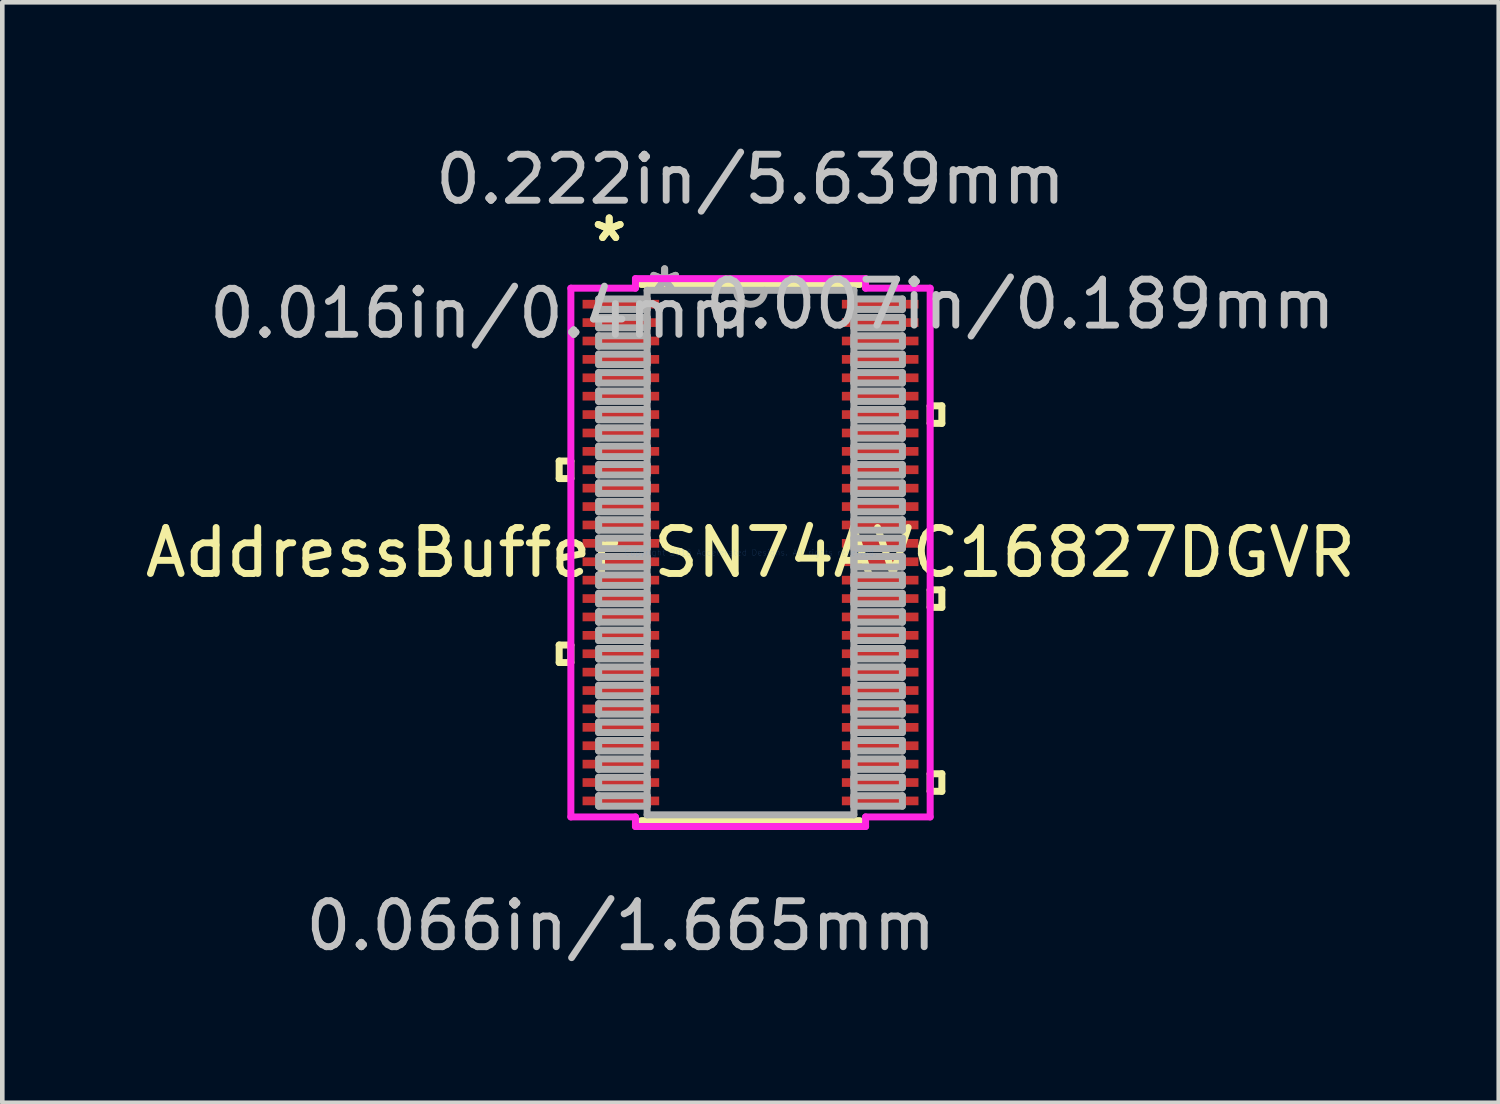
<source format=kicad_pcb>
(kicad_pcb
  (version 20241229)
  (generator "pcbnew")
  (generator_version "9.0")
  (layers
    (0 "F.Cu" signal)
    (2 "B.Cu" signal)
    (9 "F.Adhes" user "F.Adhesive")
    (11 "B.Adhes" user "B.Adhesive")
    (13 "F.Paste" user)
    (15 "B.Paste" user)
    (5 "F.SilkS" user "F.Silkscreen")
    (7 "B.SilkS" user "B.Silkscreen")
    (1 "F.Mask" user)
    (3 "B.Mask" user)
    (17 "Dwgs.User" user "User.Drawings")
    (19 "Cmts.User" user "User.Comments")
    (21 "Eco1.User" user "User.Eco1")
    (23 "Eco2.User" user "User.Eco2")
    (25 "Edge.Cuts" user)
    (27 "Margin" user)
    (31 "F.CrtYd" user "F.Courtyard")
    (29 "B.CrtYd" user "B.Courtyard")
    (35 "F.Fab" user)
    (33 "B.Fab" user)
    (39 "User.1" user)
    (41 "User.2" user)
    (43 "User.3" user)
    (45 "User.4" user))
  (footprint "AddressBuffer SN74AVC16827DGVR"
    (layer "F.Cu")
    (at 13.268 8.964)
    (property "Reference" "AddressBuffer SN74AVC16827DGVR" (at 0 0 0) (layer "F.SilkS") (effects (font (size 1 1) (thickness 0.15))))
    (attr through_hole)
    (fp_line (start -4.16 -1.99) (end -4.16 -1.609) (stroke (width 0.152) (type solid)) (layer "F.SilkS"))
    (fp_line (start -4.16 -1.609) (end -3.906 -1.609) (stroke (width 0.152) (type solid)) (layer "F.SilkS"))
    (fp_line (start -4.16 2.01) (end -4.16 2.391) (stroke (width 0.152) (type solid)) (layer "F.SilkS"))
    (fp_line (start -4.16 2.391) (end -3.906 2.391) (stroke (width 0.152) (type solid)) (layer "F.SilkS"))
    (fp_line (start -3.906 -1.99) (end -4.16 -1.99) (stroke (width 0.152) (type solid)) (layer "F.SilkS"))
    (fp_line (start -3.906 -1.609) (end -3.906 -1.99) (stroke (width 0.152) (type solid)) (layer "F.SilkS"))
    (fp_line (start -3.906 2.01) (end -4.16 2.01) (stroke (width 0.152) (type solid)) (layer "F.SilkS"))
    (fp_line (start -3.906 2.391) (end -3.906 2.01) (stroke (width 0.152) (type solid)) (layer "F.SilkS"))
    (fp_line (start -2.375 5.829) (end 2.375 5.829) (stroke (width 0.152) (type solid)) (layer "F.SilkS"))
    (fp_line (start 2.375 -5.829) (end -2.375 -5.829) (stroke (width 0.152) (type solid)) (layer "F.SilkS"))
    (fp_line (start 3.906 -3.19) (end 4.16 -3.19) (stroke (width 0.152) (type solid)) (layer "F.SilkS"))
    (fp_line (start 3.906 -2.809) (end 3.906 -3.19) (stroke (width 0.152) (type solid)) (layer "F.SilkS"))
    (fp_line (start 3.906 0.81) (end 4.16 0.81) (stroke (width 0.152) (type solid)) (layer "F.SilkS"))
    (fp_line (start 3.906 1.191) (end 3.906 0.81) (stroke (width 0.152) (type solid)) (layer "F.SilkS"))
    (fp_line (start 3.906 4.809) (end 4.16 4.809) (stroke (width 0.152) (type solid)) (layer "F.SilkS"))
    (fp_line (start 3.906 5.191) (end 3.906 4.809) (stroke (width 0.152) (type solid)) (layer "F.SilkS"))
    (fp_line (start 4.16 -3.19) (end 4.16 -2.809) (stroke (width 0.152) (type solid)) (layer "F.SilkS"))
    (fp_line (start 4.16 -2.809) (end 3.906 -2.809) (stroke (width 0.152) (type solid)) (layer "F.SilkS"))
    (fp_line (start 4.16 0.81) (end 4.16 1.191) (stroke (width 0.152) (type solid)) (layer "F.SilkS"))
    (fp_line (start 4.16 1.191) (end 3.906 1.191) (stroke (width 0.152) (type solid)) (layer "F.SilkS"))
    (fp_line (start 4.16 4.809) (end 4.16 5.191) (stroke (width 0.152) (type solid)) (layer "F.SilkS"))
    (fp_line (start 4.16 5.191) (end 3.906 5.191) (stroke (width 0.152) (type solid)) (layer "F.SilkS"))
    (fp_line (start -3.906 -5.748) (end -2.502 -5.748) (stroke (width 0.152) (type solid)) (layer "F.CrtYd"))
    (fp_line (start -3.906 5.748) (end -3.906 -5.748) (stroke (width 0.152) (type solid)) (layer "F.CrtYd"))
    (fp_line (start -2.502 -5.956) (end 2.502 -5.956) (stroke (width 0.152) (type solid)) (layer "F.CrtYd"))
    (fp_line (start -2.502 -5.748) (end -2.502 -5.956) (stroke (width 0.152) (type solid)) (layer "F.CrtYd"))
    (fp_line (start -2.502 5.748) (end -3.906 5.748) (stroke (width 0.152) (type solid)) (layer "F.CrtYd"))
    (fp_line (start -2.502 5.956) (end -2.502 5.748) (stroke (width 0.152) (type solid)) (layer "F.CrtYd"))
    (fp_line (start 2.502 -5.956) (end 2.502 -5.748) (stroke (width 0.152) (type solid)) (layer "F.CrtYd"))
    (fp_line (start 2.502 -5.748) (end 3.906 -5.748) (stroke (width 0.152) (type solid)) (layer "F.CrtYd"))
    (fp_line (start 2.502 5.748) (end 2.502 5.956) (stroke (width 0.152) (type solid)) (layer "F.CrtYd"))
    (fp_line (start 2.502 5.956) (end -2.502 5.956) (stroke (width 0.152) (type solid)) (layer "F.CrtYd"))
    (fp_line (start 3.906 -5.748) (end 3.906 5.748) (stroke (width 0.152) (type solid)) (layer "F.CrtYd"))
    (fp_line (start 3.906 5.748) (end 2.502 5.748) (stroke (width 0.152) (type solid)) (layer "F.CrtYd"))
    (fp_line (start -3.302 -5.514) (end -3.302 -5.286) (stroke (width 0.152) (type solid)) (layer "F.Fab"))
    (fp_line (start -3.302 -5.286) (end -2.248 -5.286) (stroke (width 0.152) (type solid)) (layer "F.Fab"))
    (fp_line (start -3.302 -5.114) (end -3.302 -4.886) (stroke (width 0.152) (type solid)) (layer "F.Fab"))
    (fp_line (start -3.302 -4.886) (end -2.248 -4.886) (stroke (width 0.152) (type solid)) (layer "F.Fab"))
    (fp_line (start -3.302 -4.714) (end -3.302 -4.486) (stroke (width 0.152) (type solid)) (layer "F.Fab"))
    (fp_line (start -3.302 -4.486) (end -2.248 -4.486) (stroke (width 0.152) (type solid)) (layer "F.Fab"))
    (fp_line (start -3.302 -4.314) (end -3.302 -4.086) (stroke (width 0.152) (type solid)) (layer "F.Fab"))
    (fp_line (start -3.302 -4.086) (end -2.248 -4.086) (stroke (width 0.152) (type solid)) (layer "F.Fab"))
    (fp_line (start -3.302 -3.914) (end -3.302 -3.686) (stroke (width 0.152) (type solid)) (layer "F.Fab"))
    (fp_line (start -3.302 -3.686) (end -2.248 -3.686) (stroke (width 0.152) (type solid)) (layer "F.Fab"))
    (fp_line (start -3.302 -3.514) (end -3.302 -3.286) (stroke (width 0.152) (type solid)) (layer "F.Fab"))
    (fp_line (start -3.302 -3.286) (end -2.248 -3.286) (stroke (width 0.152) (type solid)) (layer "F.Fab"))
    (fp_line (start -3.302 -3.114) (end -3.302 -2.886) (stroke (width 0.152) (type solid)) (layer "F.Fab"))
    (fp_line (start -3.302 -2.886) (end -2.248 -2.886) (stroke (width 0.152) (type solid)) (layer "F.Fab"))
    (fp_line (start -3.302 -2.714) (end -3.302 -2.486) (stroke (width 0.152) (type solid)) (layer "F.Fab"))
    (fp_line (start -3.302 -2.486) (end -2.248 -2.486) (stroke (width 0.152) (type solid)) (layer "F.Fab"))
    (fp_line (start -3.302 -2.314) (end -3.302 -2.086) (stroke (width 0.152) (type solid)) (layer "F.Fab"))
    (fp_line (start -3.302 -2.086) (end -2.248 -2.086) (stroke (width 0.152) (type solid)) (layer "F.Fab"))
    (fp_line (start -3.302 -1.914) (end -3.302 -1.686) (stroke (width 0.152) (type solid)) (layer "F.Fab"))
    (fp_line (start -3.302 -1.686) (end -2.248 -1.686) (stroke (width 0.152) (type solid)) (layer "F.Fab"))
    (fp_line (start -3.302 -1.514) (end -3.302 -1.286) (stroke (width 0.152) (type solid)) (layer "F.Fab"))
    (fp_line (start -3.302 -1.286) (end -2.248 -1.286) (stroke (width 0.152) (type solid)) (layer "F.Fab"))
    (fp_line (start -3.302 -1.114) (end -3.302 -0.886) (stroke (width 0.152) (type solid)) (layer "F.Fab"))
    (fp_line (start -3.302 -0.886) (end -2.248 -0.886) (stroke (width 0.152) (type solid)) (layer "F.Fab"))
    (fp_line (start -3.302 -0.714) (end -3.302 -0.486) (stroke (width 0.152) (type solid)) (layer "F.Fab"))
    (fp_line (start -3.302 -0.486) (end -2.248 -0.486) (stroke (width 0.152) (type solid)) (layer "F.Fab"))
    (fp_line (start -3.302 -0.314) (end -3.302 -0.086) (stroke (width 0.152) (type solid)) (layer "F.Fab"))
    (fp_line (start -3.302 -0.086) (end -2.248 -0.086) (stroke (width 0.152) (type solid)) (layer "F.Fab"))
    (fp_line (start -3.302 0.086) (end -3.302 0.314) (stroke (width 0.152) (type solid)) (layer "F.Fab"))
    (fp_line (start -3.302 0.314) (end -2.248 0.314) (stroke (width 0.152) (type solid)) (layer "F.Fab"))
    (fp_line (start -3.302 0.486) (end -3.302 0.714) (stroke (width 0.152) (type solid)) (layer "F.Fab"))
    (fp_line (start -3.302 0.714) (end -2.248 0.714) (stroke (width 0.152) (type solid)) (layer "F.Fab"))
    (fp_line (start -3.302 0.886) (end -3.302 1.114) (stroke (width 0.152) (type solid)) (layer "F.Fab"))
    (fp_line (start -3.302 1.114) (end -2.248 1.114) (stroke (width 0.152) (type solid)) (layer "F.Fab"))
    (fp_line (start -3.302 1.286) (end -3.302 1.514) (stroke (width 0.152) (type solid)) (layer "F.Fab"))
    (fp_line (start -3.302 1.514) (end -2.248 1.514) (stroke (width 0.152) (type solid)) (layer "F.Fab"))
    (fp_line (start -3.302 1.686) (end -3.302 1.914) (stroke (width 0.152) (type solid)) (layer "F.Fab"))
    (fp_line (start -3.302 1.914) (end -2.248 1.914) (stroke (width 0.152) (type solid)) (layer "F.Fab"))
    (fp_line (start -3.302 2.086) (end -3.302 2.314) (stroke (width 0.152) (type solid)) (layer "F.Fab"))
    (fp_line (start -3.302 2.314) (end -2.248 2.314) (stroke (width 0.152) (type solid)) (layer "F.Fab"))
    (fp_line (start -3.302 2.486) (end -3.302 2.714) (stroke (width 0.152) (type solid)) (layer "F.Fab"))
    (fp_line (start -3.302 2.714) (end -2.248 2.714) (stroke (width 0.152) (type solid)) (layer "F.Fab"))
    (fp_line (start -3.302 2.886) (end -3.302 3.114) (stroke (width 0.152) (type solid)) (layer "F.Fab"))
    (fp_line (start -3.302 3.114) (end -2.248 3.114) (stroke (width 0.152) (type solid)) (layer "F.Fab"))
    (fp_line (start -3.302 3.286) (end -3.302 3.514) (stroke (width 0.152) (type solid)) (layer "F.Fab"))
    (fp_line (start -3.302 3.514) (end -2.248 3.514) (stroke (width 0.152) (type solid)) (layer "F.Fab"))
    (fp_line (start -3.302 3.686) (end -3.302 3.914) (stroke (width 0.152) (type solid)) (layer "F.Fab"))
    (fp_line (start -3.302 3.914) (end -2.248 3.914) (stroke (width 0.152) (type solid)) (layer "F.Fab"))
    (fp_line (start -3.302 4.086) (end -3.302 4.314) (stroke (width 0.152) (type solid)) (layer "F.Fab"))
    (fp_line (start -3.302 4.314) (end -2.248 4.314) (stroke (width 0.152) (type solid)) (layer "F.Fab"))
    (fp_line (start -3.302 4.486) (end -3.302 4.714) (stroke (width 0.152) (type solid)) (layer "F.Fab"))
    (fp_line (start -3.302 4.714) (end -2.248 4.714) (stroke (width 0.152) (type solid)) (layer "F.Fab"))
    (fp_line (start -3.302 4.886) (end -3.302 5.114) (stroke (width 0.152) (type solid)) (layer "F.Fab"))
    (fp_line (start -3.302 5.114) (end -2.248 5.114) (stroke (width 0.152) (type solid)) (layer "F.Fab"))
    (fp_line (start -3.302 5.286) (end -3.302 5.514) (stroke (width 0.152) (type solid)) (layer "F.Fab"))
    (fp_line (start -3.302 5.514) (end -2.248 5.514) (stroke (width 0.152) (type solid)) (layer "F.Fab"))
    (fp_line (start -2.248 -5.702) (end -2.248 5.702) (stroke (width 0.152) (type solid)) (layer "F.Fab"))
    (fp_line (start -2.248 -5.514) (end -3.302 -5.514) (stroke (width 0.152) (type solid)) (layer "F.Fab"))
    (fp_line (start -2.248 -5.286) (end -2.248 -5.514) (stroke (width 0.152) (type solid)) (layer "F.Fab"))
    (fp_line (start -2.248 -5.114) (end -3.302 -5.114) (stroke (width 0.152) (type solid)) (layer "F.Fab"))
    (fp_line (start -2.248 -4.886) (end -2.248 -5.114) (stroke (width 0.152) (type solid)) (layer "F.Fab"))
    (fp_line (start -2.248 -4.714) (end -3.302 -4.714) (stroke (width 0.152) (type solid)) (layer "F.Fab"))
    (fp_line (start -2.248 -4.486) (end -2.248 -4.714) (stroke (width 0.152) (type solid)) (layer "F.Fab"))
    (fp_line (start -2.248 -4.314) (end -3.302 -4.314) (stroke (width 0.152) (type solid)) (layer "F.Fab"))
    (fp_line (start -2.248 -4.086) (end -2.248 -4.314) (stroke (width 0.152) (type solid)) (layer "F.Fab"))
    (fp_line (start -2.248 -3.914) (end -3.302 -3.914) (stroke (width 0.152) (type solid)) (layer "F.Fab"))
    (fp_line (start -2.248 -3.686) (end -2.248 -3.914) (stroke (width 0.152) (type solid)) (layer "F.Fab"))
    (fp_line (start -2.248 -3.514) (end -3.302 -3.514) (stroke (width 0.152) (type solid)) (layer "F.Fab"))
    (fp_line (start -2.248 -3.286) (end -2.248 -3.514) (stroke (width 0.152) (type solid)) (layer "F.Fab"))
    (fp_line (start -2.248 -3.114) (end -3.302 -3.114) (stroke (width 0.152) (type solid)) (layer "F.Fab"))
    (fp_line (start -2.248 -2.886) (end -2.248 -3.114) (stroke (width 0.152) (type solid)) (layer "F.Fab"))
    (fp_line (start -2.248 -2.714) (end -3.302 -2.714) (stroke (width 0.152) (type solid)) (layer "F.Fab"))
    (fp_line (start -2.248 -2.486) (end -2.248 -2.714) (stroke (width 0.152) (type solid)) (layer "F.Fab"))
    (fp_line (start -2.248 -2.314) (end -3.302 -2.314) (stroke (width 0.152) (type solid)) (layer "F.Fab"))
    (fp_line (start -2.248 -2.086) (end -2.248 -2.314) (stroke (width 0.152) (type solid)) (layer "F.Fab"))
    (fp_line (start -2.248 -1.914) (end -3.302 -1.914) (stroke (width 0.152) (type solid)) (layer "F.Fab"))
    (fp_line (start -2.248 -1.686) (end -2.248 -1.914) (stroke (width 0.152) (type solid)) (layer "F.Fab"))
    (fp_line (start -2.248 -1.514) (end -3.302 -1.514) (stroke (width 0.152) (type solid)) (layer "F.Fab"))
    (fp_line (start -2.248 -1.286) (end -2.248 -1.514) (stroke (width 0.152) (type solid)) (layer "F.Fab"))
    (fp_line (start -2.248 -1.114) (end -3.302 -1.114) (stroke (width 0.152) (type solid)) (layer "F.Fab"))
    (fp_line (start -2.248 -0.886) (end -2.248 -1.114) (stroke (width 0.152) (type solid)) (layer "F.Fab"))
    (fp_line (start -2.248 -0.714) (end -3.302 -0.714) (stroke (width 0.152) (type solid)) (layer "F.Fab"))
    (fp_line (start -2.248 -0.486) (end -2.248 -0.714) (stroke (width 0.152) (type solid)) (layer "F.Fab"))
    (fp_line (start -2.248 -0.314) (end -3.302 -0.314) (stroke (width 0.152) (type solid)) (layer "F.Fab"))
    (fp_line (start -2.248 -0.086) (end -2.248 -0.314) (stroke (width 0.152) (type solid)) (layer "F.Fab"))
    (fp_line (start -2.248 0.086) (end -3.302 0.086) (stroke (width 0.152) (type solid)) (layer "F.Fab"))
    (fp_line (start -2.248 0.314) (end -2.248 0.086) (stroke (width 0.152) (type solid)) (layer "F.Fab"))
    (fp_line (start -2.248 0.486) (end -3.302 0.486) (stroke (width 0.152) (type solid)) (layer "F.Fab"))
    (fp_line (start -2.248 0.714) (end -2.248 0.486) (stroke (width 0.152) (type solid)) (layer "F.Fab"))
    (fp_line (start -2.248 0.886) (end -3.302 0.886) (stroke (width 0.152) (type solid)) (layer "F.Fab"))
    (fp_line (start -2.248 1.114) (end -2.248 0.886) (stroke (width 0.152) (type solid)) (layer "F.Fab"))
    (fp_line (start -2.248 1.286) (end -3.302 1.286) (stroke (width 0.152) (type solid)) (layer "F.Fab"))
    (fp_line (start -2.248 1.514) (end -2.248 1.286) (stroke (width 0.152) (type solid)) (layer "F.Fab"))
    (fp_line (start -2.248 1.686) (end -3.302 1.686) (stroke (width 0.152) (type solid)) (layer "F.Fab"))
    (fp_line (start -2.248 1.914) (end -2.248 1.686) (stroke (width 0.152) (type solid)) (layer "F.Fab"))
    (fp_line (start -2.248 2.086) (end -3.302 2.086) (stroke (width 0.152) (type solid)) (layer "F.Fab"))
    (fp_line (start -2.248 2.314) (end -2.248 2.086) (stroke (width 0.152) (type solid)) (layer "F.Fab"))
    (fp_line (start -2.248 2.486) (end -3.302 2.486) (stroke (width 0.152) (type solid)) (layer "F.Fab"))
    (fp_line (start -2.248 2.714) (end -2.248 2.486) (stroke (width 0.152) (type solid)) (layer "F.Fab"))
    (fp_line (start -2.248 2.886) (end -3.302 2.886) (stroke (width 0.152) (type solid)) (layer "F.Fab"))
    (fp_line (start -2.248 3.114) (end -2.248 2.886) (stroke (width 0.152) (type solid)) (layer "F.Fab"))
    (fp_line (start -2.248 3.286) (end -3.302 3.286) (stroke (width 0.152) (type solid)) (layer "F.Fab"))
    (fp_line (start -2.248 3.514) (end -2.248 3.286) (stroke (width 0.152) (type solid)) (layer "F.Fab"))
    (fp_line (start -2.248 3.686) (end -3.302 3.686) (stroke (width 0.152) (type solid)) (layer "F.Fab"))
    (fp_line (start -2.248 3.914) (end -2.248 3.686) (stroke (width 0.152) (type solid)) (layer "F.Fab"))
    (fp_line (start -2.248 4.086) (end -3.302 4.086) (stroke (width 0.152) (type solid)) (layer "F.Fab"))
    (fp_line (start -2.248 4.314) (end -2.248 4.086) (stroke (width 0.152) (type solid)) (layer "F.Fab"))
    (fp_line (start -2.248 4.486) (end -3.302 4.486) (stroke (width 0.152) (type solid)) (layer "F.Fab"))
    (fp_line (start -2.248 4.714) (end -2.248 4.486) (stroke (width 0.152) (type solid)) (layer "F.Fab"))
    (fp_line (start -2.248 4.886) (end -3.302 4.886) (stroke (width 0.152) (type solid)) (layer "F.Fab"))
    (fp_line (start -2.248 5.114) (end -2.248 4.886) (stroke (width 0.152) (type solid)) (layer "F.Fab"))
    (fp_line (start -2.248 5.286) (end -3.302 5.286) (stroke (width 0.152) (type solid)) (layer "F.Fab"))
    (fp_line (start -2.248 5.514) (end -2.248 5.286) (stroke (width 0.152) (type solid)) (layer "F.Fab"))
    (fp_line (start -2.248 5.702) (end 2.248 5.702) (stroke (width 0.152) (type solid)) (layer "F.Fab"))
    (fp_line (start 2.248 -5.702) (end -2.248 -5.702) (stroke (width 0.152) (type solid)) (layer "F.Fab"))
    (fp_line (start 2.248 -5.514) (end 2.248 -5.286) (stroke (width 0.152) (type solid)) (layer "F.Fab"))
    (fp_line (start 2.248 -5.286) (end 3.302 -5.286) (stroke (width 0.152) (type solid)) (layer "F.Fab"))
    (fp_line (start 2.248 -5.114) (end 2.248 -4.886) (stroke (width 0.152) (type solid)) (layer "F.Fab"))
    (fp_line (start 2.248 -4.886) (end 3.302 -4.886) (stroke (width 0.152) (type solid)) (layer "F.Fab"))
    (fp_line (start 2.248 -4.714) (end 2.248 -4.486) (stroke (width 0.152) (type solid)) (layer "F.Fab"))
    (fp_line (start 2.248 -4.486) (end 3.302 -4.486) (stroke (width 0.152) (type solid)) (layer "F.Fab"))
    (fp_line (start 2.248 -4.314) (end 2.248 -4.086) (stroke (width 0.152) (type solid)) (layer "F.Fab"))
    (fp_line (start 2.248 -4.086) (end 3.302 -4.086) (stroke (width 0.152) (type solid)) (layer "F.Fab"))
    (fp_line (start 2.248 -3.914) (end 2.248 -3.686) (stroke (width 0.152) (type solid)) (layer "F.Fab"))
    (fp_line (start 2.248 -3.686) (end 3.302 -3.686) (stroke (width 0.152) (type solid)) (layer "F.Fab"))
    (fp_line (start 2.248 -3.514) (end 2.248 -3.286) (stroke (width 0.152) (type solid)) (layer "F.Fab"))
    (fp_line (start 2.248 -3.286) (end 3.302 -3.286) (stroke (width 0.152) (type solid)) (layer "F.Fab"))
    (fp_line (start 2.248 -3.114) (end 2.248 -2.886) (stroke (width 0.152) (type solid)) (layer "F.Fab"))
    (fp_line (start 2.248 -2.886) (end 3.302 -2.886) (stroke (width 0.152) (type solid)) (layer "F.Fab"))
    (fp_line (start 2.248 -2.714) (end 2.248 -2.486) (stroke (width 0.152) (type solid)) (layer "F.Fab"))
    (fp_line (start 2.248 -2.486) (end 3.302 -2.486) (stroke (width 0.152) (type solid)) (layer "F.Fab"))
    (fp_line (start 2.248 -2.314) (end 2.248 -2.086) (stroke (width 0.152) (type solid)) (layer "F.Fab"))
    (fp_line (start 2.248 -2.086) (end 3.302 -2.086) (stroke (width 0.152) (type solid)) (layer "F.Fab"))
    (fp_line (start 2.248 -1.914) (end 2.248 -1.686) (stroke (width 0.152) (type solid)) (layer "F.Fab"))
    (fp_line (start 2.248 -1.686) (end 3.302 -1.686) (stroke (width 0.152) (type solid)) (layer "F.Fab"))
    (fp_line (start 2.248 -1.514) (end 2.248 -1.286) (stroke (width 0.152) (type solid)) (layer "F.Fab"))
    (fp_line (start 2.248 -1.286) (end 3.302 -1.286) (stroke (width 0.152) (type solid)) (layer "F.Fab"))
    (fp_line (start 2.248 -1.114) (end 2.248 -0.886) (stroke (width 0.152) (type solid)) (layer "F.Fab"))
    (fp_line (start 2.248 -0.886) (end 3.302 -0.886) (stroke (width 0.152) (type solid)) (layer "F.Fab"))
    (fp_line (start 2.248 -0.714) (end 2.248 -0.486) (stroke (width 0.152) (type solid)) (layer "F.Fab"))
    (fp_line (start 2.248 -0.486) (end 3.302 -0.486) (stroke (width 0.152) (type solid)) (layer "F.Fab"))
    (fp_line (start 2.248 -0.314) (end 2.248 -0.086) (stroke (width 0.152) (type solid)) (layer "F.Fab"))
    (fp_line (start 2.248 -0.086) (end 3.302 -0.086) (stroke (width 0.152) (type solid)) (layer "F.Fab"))
    (fp_line (start 2.248 0.086) (end 2.248 0.314) (stroke (width 0.152) (type solid)) (layer "F.Fab"))
    (fp_line (start 2.248 0.314) (end 3.302 0.314) (stroke (width 0.152) (type solid)) (layer "F.Fab"))
    (fp_line (start 2.248 0.486) (end 2.248 0.714) (stroke (width 0.152) (type solid)) (layer "F.Fab"))
    (fp_line (start 2.248 0.714) (end 3.302 0.714) (stroke (width 0.152) (type solid)) (layer "F.Fab"))
    (fp_line (start 2.248 0.886) (end 2.248 1.114) (stroke (width 0.152) (type solid)) (layer "F.Fab"))
    (fp_line (start 2.248 1.114) (end 3.302 1.114) (stroke (width 0.152) (type solid)) (layer "F.Fab"))
    (fp_line (start 2.248 1.286) (end 2.248 1.514) (stroke (width 0.152) (type solid)) (layer "F.Fab"))
    (fp_line (start 2.248 1.514) (end 3.302 1.514) (stroke (width 0.152) (type solid)) (layer "F.Fab"))
    (fp_line (start 2.248 1.686) (end 2.248 1.914) (stroke (width 0.152) (type solid)) (layer "F.Fab"))
    (fp_line (start 2.248 1.914) (end 3.302 1.914) (stroke (width 0.152) (type solid)) (layer "F.Fab"))
    (fp_line (start 2.248 2.086) (end 2.248 2.314) (stroke (width 0.152) (type solid)) (layer "F.Fab"))
    (fp_line (start 2.248 2.314) (end 3.302 2.314) (stroke (width 0.152) (type solid)) (layer "F.Fab"))
    (fp_line (start 2.248 2.486) (end 2.248 2.714) (stroke (width 0.152) (type solid)) (layer "F.Fab"))
    (fp_line (start 2.248 2.714) (end 3.302 2.714) (stroke (width 0.152) (type solid)) (layer "F.Fab"))
    (fp_line (start 2.248 2.886) (end 2.248 3.114) (stroke (width 0.152) (type solid)) (layer "F.Fab"))
    (fp_line (start 2.248 3.114) (end 3.302 3.114) (stroke (width 0.152) (type solid)) (layer "F.Fab"))
    (fp_line (start 2.248 3.286) (end 2.248 3.514) (stroke (width 0.152) (type solid)) (layer "F.Fab"))
    (fp_line (start 2.248 3.514) (end 3.302 3.514) (stroke (width 0.152) (type solid)) (layer "F.Fab"))
    (fp_line (start 2.248 3.686) (end 2.248 3.914) (stroke (width 0.152) (type solid)) (layer "F.Fab"))
    (fp_line (start 2.248 3.914) (end 3.302 3.914) (stroke (width 0.152) (type solid)) (layer "F.Fab"))
    (fp_line (start 2.248 4.086) (end 2.248 4.314) (stroke (width 0.152) (type solid)) (layer "F.Fab"))
    (fp_line (start 2.248 4.314) (end 3.302 4.314) (stroke (width 0.152) (type solid)) (layer "F.Fab"))
    (fp_line (start 2.248 4.486) (end 2.248 4.714) (stroke (width 0.152) (type solid)) (layer "F.Fab"))
    (fp_line (start 2.248 4.714) (end 3.302 4.714) (stroke (width 0.152) (type solid)) (layer "F.Fab"))
    (fp_line (start 2.248 4.886) (end 2.248 5.114) (stroke (width 0.152) (type solid)) (layer "F.Fab"))
    (fp_line (start 2.248 5.114) (end 3.302 5.114) (stroke (width 0.152) (type solid)) (layer "F.Fab"))
    (fp_line (start 2.248 5.286) (end 2.248 5.514) (stroke (width 0.152) (type solid)) (layer "F.Fab"))
    (fp_line (start 2.248 5.514) (end 3.302 5.514) (stroke (width 0.152) (type solid)) (layer "F.Fab"))
    (fp_line (start 2.248 5.702) (end 2.248 -5.702) (stroke (width 0.152) (type solid)) (layer "F.Fab"))
    (fp_line (start 3.302 -5.514) (end 2.248 -5.514) (stroke (width 0.152) (type solid)) (layer "F.Fab"))
    (fp_line (start 3.302 -5.286) (end 3.302 -5.514) (stroke (width 0.152) (type solid)) (layer "F.Fab"))
    (fp_line (start 3.302 -5.114) (end 2.248 -5.114) (stroke (width 0.152) (type solid)) (layer "F.Fab"))
    (fp_line (start 3.302 -4.886) (end 3.302 -5.114) (stroke (width 0.152) (type solid)) (layer "F.Fab"))
    (fp_line (start 3.302 -4.714) (end 2.248 -4.714) (stroke (width 0.152) (type solid)) (layer "F.Fab"))
    (fp_line (start 3.302 -4.486) (end 3.302 -4.714) (stroke (width 0.152) (type solid)) (layer "F.Fab"))
    (fp_line (start 3.302 -4.314) (end 2.248 -4.314) (stroke (width 0.152) (type solid)) (layer "F.Fab"))
    (fp_line (start 3.302 -4.086) (end 3.302 -4.314) (stroke (width 0.152) (type solid)) (layer "F.Fab"))
    (fp_line (start 3.302 -3.914) (end 2.248 -3.914) (stroke (width 0.152) (type solid)) (layer "F.Fab"))
    (fp_line (start 3.302 -3.686) (end 3.302 -3.914) (stroke (width 0.152) (type solid)) (layer "F.Fab"))
    (fp_line (start 3.302 -3.514) (end 2.248 -3.514) (stroke (width 0.152) (type solid)) (layer "F.Fab"))
    (fp_line (start 3.302 -3.286) (end 3.302 -3.514) (stroke (width 0.152) (type solid)) (layer "F.Fab"))
    (fp_line (start 3.302 -3.114) (end 2.248 -3.114) (stroke (width 0.152) (type solid)) (layer "F.Fab"))
    (fp_line (start 3.302 -2.886) (end 3.302 -3.114) (stroke (width 0.152) (type solid)) (layer "F.Fab"))
    (fp_line (start 3.302 -2.714) (end 2.248 -2.714) (stroke (width 0.152) (type solid)) (layer "F.Fab"))
    (fp_line (start 3.302 -2.486) (end 3.302 -2.714) (stroke (width 0.152) (type solid)) (layer "F.Fab"))
    (fp_line (start 3.302 -2.314) (end 2.248 -2.314) (stroke (width 0.152) (type solid)) (layer "F.Fab"))
    (fp_line (start 3.302 -2.086) (end 3.302 -2.314) (stroke (width 0.152) (type solid)) (layer "F.Fab"))
    (fp_line (start 3.302 -1.914) (end 2.248 -1.914) (stroke (width 0.152) (type solid)) (layer "F.Fab"))
    (fp_line (start 3.302 -1.686) (end 3.302 -1.914) (stroke (width 0.152) (type solid)) (layer "F.Fab"))
    (fp_line (start 3.302 -1.514) (end 2.248 -1.514) (stroke (width 0.152) (type solid)) (layer "F.Fab"))
    (fp_line (start 3.302 -1.286) (end 3.302 -1.514) (stroke (width 0.152) (type solid)) (layer "F.Fab"))
    (fp_line (start 3.302 -1.114) (end 2.248 -1.114) (stroke (width 0.152) (type solid)) (layer "F.Fab"))
    (fp_line (start 3.302 -0.886) (end 3.302 -1.114) (stroke (width 0.152) (type solid)) (layer "F.Fab"))
    (fp_line (start 3.302 -0.714) (end 2.248 -0.714) (stroke (width 0.152) (type solid)) (layer "F.Fab"))
    (fp_line (start 3.302 -0.486) (end 3.302 -0.714) (stroke (width 0.152) (type solid)) (layer "F.Fab"))
    (fp_line (start 3.302 -0.314) (end 2.248 -0.314) (stroke (width 0.152) (type solid)) (layer "F.Fab"))
    (fp_line (start 3.302 -0.086) (end 3.302 -0.314) (stroke (width 0.152) (type solid)) (layer "F.Fab"))
    (fp_line (start 3.302 0.086) (end 2.248 0.086) (stroke (width 0.152) (type solid)) (layer "F.Fab"))
    (fp_line (start 3.302 0.314) (end 3.302 0.086) (stroke (width 0.152) (type solid)) (layer "F.Fab"))
    (fp_line (start 3.302 0.486) (end 2.248 0.486) (stroke (width 0.152) (type solid)) (layer "F.Fab"))
    (fp_line (start 3.302 0.714) (end 3.302 0.486) (stroke (width 0.152) (type solid)) (layer "F.Fab"))
    (fp_line (start 3.302 0.886) (end 2.248 0.886) (stroke (width 0.152) (type solid)) (layer "F.Fab"))
    (fp_line (start 3.302 1.114) (end 3.302 0.886) (stroke (width 0.152) (type solid)) (layer "F.Fab"))
    (fp_line (start 3.302 1.286) (end 2.248 1.286) (stroke (width 0.152) (type solid)) (layer "F.Fab"))
    (fp_line (start 3.302 1.514) (end 3.302 1.286) (stroke (width 0.152) (type solid)) (layer "F.Fab"))
    (fp_line (start 3.302 1.686) (end 2.248 1.686) (stroke (width 0.152) (type solid)) (layer "F.Fab"))
    (fp_line (start 3.302 1.914) (end 3.302 1.686) (stroke (width 0.152) (type solid)) (layer "F.Fab"))
    (fp_line (start 3.302 2.086) (end 2.248 2.086) (stroke (width 0.152) (type solid)) (layer "F.Fab"))
    (fp_line (start 3.302 2.314) (end 3.302 2.086) (stroke (width 0.152) (type solid)) (layer "F.Fab"))
    (fp_line (start 3.302 2.486) (end 2.248 2.486) (stroke (width 0.152) (type solid)) (layer "F.Fab"))
    (fp_line (start 3.302 2.714) (end 3.302 2.486) (stroke (width 0.152) (type solid)) (layer "F.Fab"))
    (fp_line (start 3.302 2.886) (end 2.248 2.886) (stroke (width 0.152) (type solid)) (layer "F.Fab"))
    (fp_line (start 3.302 3.114) (end 3.302 2.886) (stroke (width 0.152) (type solid)) (layer "F.Fab"))
    (fp_line (start 3.302 3.286) (end 2.248 3.286) (stroke (width 0.152) (type solid)) (layer "F.Fab"))
    (fp_line (start 3.302 3.514) (end 3.302 3.286) (stroke (width 0.152) (type solid)) (layer "F.Fab"))
    (fp_line (start 3.302 3.686) (end 2.248 3.686) (stroke (width 0.152) (type solid)) (layer "F.Fab"))
    (fp_line (start 3.302 3.914) (end 3.302 3.686) (stroke (width 0.152) (type solid)) (layer "F.Fab"))
    (fp_line (start 3.302 4.086) (end 2.248 4.086) (stroke (width 0.152) (type solid)) (layer "F.Fab"))
    (fp_line (start 3.302 4.314) (end 3.302 4.086) (stroke (width 0.152) (type solid)) (layer "F.Fab"))
    (fp_line (start 3.302 4.486) (end 2.248 4.486) (stroke (width 0.152) (type solid)) (layer "F.Fab"))
    (fp_line (start 3.302 4.714) (end 3.302 4.486) (stroke (width 0.152) (type solid)) (layer "F.Fab"))
    (fp_line (start 3.302 4.886) (end 2.248 4.886) (stroke (width 0.152) (type solid)) (layer "F.Fab"))
    (fp_line (start 3.302 5.114) (end 3.302 4.886) (stroke (width 0.152) (type solid)) (layer "F.Fab"))
    (fp_line (start 3.302 5.286) (end 2.248 5.286) (stroke (width 0.152) (type solid)) (layer "F.Fab"))
    (fp_line (start 3.302 5.514) (end 3.302 5.286) (stroke (width 0.152) (type solid)) (layer "F.Fab"))
    (fp_arc (start 0.3048 -5.7023) (mid 0 -5.3975) (end -0.3048 -5.7023) (stroke (width 0.1524) (type solid)) (layer "F.Fab"))
    (fp_text user "*" (at -3.073 -6.732 0) (layer "F.SilkS") (effects (font (size 1 1) (thickness 0.15))))
    (fp_text user "*" (at -3.073 -6.732 0) (layer "F.SilkS") (effects (font (size 1 1) (thickness 0.15))))
    (fp_text user "0.016in/0.4mm" (at -5.867 -5.2 0) (layer "Dwgs.User") (effects (font (size 1 1) (thickness 0.15))))
    (fp_text user "0.007in/0.189mm" (at 5.867 -5.4 0) (layer "Dwgs.User") (effects (font (size 1 1) (thickness 0.15))))
    (fp_text user "0.066in/1.665mm" (at -2.819 8.115 0) (layer "Dwgs.User") (effects (font (size 1 1) (thickness 0.15))))
    (fp_text user "0.222in/5.639mm" (at 0 -8.115 0) (layer "Dwgs.User") (effects (font (size 1 1) (thickness 0.15))))
    (fp_text user "Copyright 2016 Accelerated Designs. All rights reserved." (at 0 0 0) (layer "Cmts.User") (effects (font (size 0.127 0.127) (thickness 0.002))))
    (fp_text user "*" (at -1.867 -5.626 0) (layer "F.Fab") (effects (font (size 1 1) (thickness 0.15))))
    (fp_text user "*" (at -1.867 -5.626 0) (layer "F.Fab") (effects (font (size 1 1) (thickness 0.15))))
    (pad "1" smd rect (at -2.819 -5.4) (size 1.665 0.189) (layers "F.Cu" "F.Mask" "F.Paste"))
    (pad "2" smd rect (at -2.819 -5) (size 1.665 0.189) (layers "F.Cu" "F.Mask" "F.Paste"))
    (pad "3" smd rect (at -2.819 -4.6) (size 1.665 0.189) (layers "F.Cu" "F.Mask" "F.Paste"))
    (pad "4" smd rect (at -2.819 -4.2) (size 1.665 0.189) (layers "F.Cu" "F.Mask" "F.Paste"))
    (pad "5" smd rect (at -2.819 -3.8) (size 1.665 0.189) (layers "F.Cu" "F.Mask" "F.Paste"))
    (pad "6" smd rect (at -2.819 -3.4) (size 1.665 0.189) (layers "F.Cu" "F.Mask" "F.Paste"))
    (pad "7" smd rect (at -2.819 -3) (size 1.665 0.189) (layers "F.Cu" "F.Mask" "F.Paste"))
    (pad "8" smd rect (at -2.819 -2.6) (size 1.665 0.189) (layers "F.Cu" "F.Mask" "F.Paste"))
    (pad "9" smd rect (at -2.819 -2.2) (size 1.665 0.189) (layers "F.Cu" "F.Mask" "F.Paste"))
    (pad "10" smd rect (at -2.819 -1.8) (size 1.665 0.189) (layers "F.Cu" "F.Mask" "F.Paste"))
    (pad "11" smd rect (at -2.819 -1.4) (size 1.665 0.189) (layers "F.Cu" "F.Mask" "F.Paste"))
    (pad "12" smd rect (at -2.819 -1) (size 1.665 0.189) (layers "F.Cu" "F.Mask" "F.Paste"))
    (pad "13" smd rect (at -2.819 -0.6) (size 1.665 0.189) (layers "F.Cu" "F.Mask" "F.Paste"))
    (pad "14" smd rect (at -2.819 -0.2) (size 1.665 0.189) (layers "F.Cu" "F.Mask" "F.Paste"))
    (pad "15" smd rect (at -2.819 0.2) (size 1.665 0.189) (layers "F.Cu" "F.Mask" "F.Paste"))
    (pad "16" smd rect (at -2.819 0.6) (size 1.665 0.189) (layers "F.Cu" "F.Mask" "F.Paste"))
    (pad "17" smd rect (at -2.819 1) (size 1.665 0.189) (layers "F.Cu" "F.Mask" "F.Paste"))
    (pad "18" smd rect (at -2.819 1.4) (size 1.665 0.189) (layers "F.Cu" "F.Mask" "F.Paste"))
    (pad "19" smd rect (at -2.819 1.8) (size 1.665 0.189) (layers "F.Cu" "F.Mask" "F.Paste"))
    (pad "20" smd rect (at -2.819 2.2) (size 1.665 0.189) (layers "F.Cu" "F.Mask" "F.Paste"))
    (pad "21" smd rect (at -2.819 2.6) (size 1.665 0.189) (layers "F.Cu" "F.Mask" "F.Paste"))
    (pad "22" smd rect (at -2.819 3) (size 1.665 0.189) (layers "F.Cu" "F.Mask" "F.Paste"))
    (pad "23" smd rect (at -2.819 3.4) (size 1.665 0.189) (layers "F.Cu" "F.Mask" "F.Paste"))
    (pad "24" smd rect (at -2.819 3.8) (size 1.665 0.189) (layers "F.Cu" "F.Mask" "F.Paste"))
    (pad "25" smd rect (at -2.819 4.2) (size 1.665 0.189) (layers "F.Cu" "F.Mask" "F.Paste"))
    (pad "26" smd rect (at -2.819 4.6) (size 1.665 0.189) (layers "F.Cu" "F.Mask" "F.Paste"))
    (pad "27" smd rect (at -2.819 5) (size 1.665 0.189) (layers "F.Cu" "F.Mask" "F.Paste"))
    (pad "28" smd rect (at -2.819 5.4) (size 1.665 0.189) (layers "F.Cu" "F.Mask" "F.Paste"))
    (pad "29" smd rect (at 2.819 5.4) (size 1.665 0.189) (layers "F.Cu" "F.Mask" "F.Paste"))
    (pad "30" smd rect (at 2.819 5) (size 1.665 0.189) (layers "F.Cu" "F.Mask" "F.Paste"))
    (pad "31" smd rect (at 2.819 4.6) (size 1.665 0.189) (layers "F.Cu" "F.Mask" "F.Paste"))
    (pad "32" smd rect (at 2.819 4.2) (size 1.665 0.189) (layers "F.Cu" "F.Mask" "F.Paste"))
    (pad "33" smd rect (at 2.819 3.8) (size 1.665 0.189) (layers "F.Cu" "F.Mask" "F.Paste"))
    (pad "34" smd rect (at 2.819 3.4) (size 1.665 0.189) (layers "F.Cu" "F.Mask" "F.Paste"))
    (pad "35" smd rect (at 2.819 3) (size 1.665 0.189) (layers "F.Cu" "F.Mask" "F.Paste"))
    (pad "36" smd rect (at 2.819 2.6) (size 1.665 0.189) (layers "F.Cu" "F.Mask" "F.Paste"))
    (pad "37" smd rect (at 2.819 2.2) (size 1.665 0.189) (layers "F.Cu" "F.Mask" "F.Paste"))
    (pad "38" smd rect (at 2.819 1.8) (size 1.665 0.189) (layers "F.Cu" "F.Mask" "F.Paste"))
    (pad "39" smd rect (at 2.819 1.4) (size 1.665 0.189) (layers "F.Cu" "F.Mask" "F.Paste"))
    (pad "40" smd rect (at 2.819 1) (size 1.665 0.189) (layers "F.Cu" "F.Mask" "F.Paste"))
    (pad "41" smd rect (at 2.819 0.6) (size 1.665 0.189) (layers "F.Cu" "F.Mask" "F.Paste"))
    (pad "42" smd rect (at 2.819 0.2) (size 1.665 0.189) (layers "F.Cu" "F.Mask" "F.Paste"))
    (pad "43" smd rect (at 2.819 -0.2) (size 1.665 0.189) (layers "F.Cu" "F.Mask" "F.Paste"))
    (pad "44" smd rect (at 2.819 -0.6) (size 1.665 0.189) (layers "F.Cu" "F.Mask" "F.Paste"))
    (pad "45" smd rect (at 2.819 -1) (size 1.665 0.189) (layers "F.Cu" "F.Mask" "F.Paste"))
    (pad "46" smd rect (at 2.819 -1.4) (size 1.665 0.189) (layers "F.Cu" "F.Mask" "F.Paste"))
    (pad "47" smd rect (at 2.819 -1.8) (size 1.665 0.189) (layers "F.Cu" "F.Mask" "F.Paste"))
    (pad "48" smd rect (at 2.819 -2.2) (size 1.665 0.189) (layers "F.Cu" "F.Mask" "F.Paste"))
    (pad "49" smd rect (at 2.819 -2.6) (size 1.665 0.189) (layers "F.Cu" "F.Mask" "F.Paste"))
    (pad "50" smd rect (at 2.819 -3) (size 1.665 0.189) (layers "F.Cu" "F.Mask" "F.Paste"))
    (pad "51" smd rect (at 2.819 -3.4) (size 1.665 0.189) (layers "F.Cu" "F.Mask" "F.Paste"))
    (pad "52" smd rect (at 2.819 -3.8) (size 1.665 0.189) (layers "F.Cu" "F.Mask" "F.Paste"))
    (pad "53" smd rect (at 2.819 -4.2) (size 1.665 0.189) (layers "F.Cu" "F.Mask" "F.Paste"))
    (pad "54" smd rect (at 2.819 -4.6) (size 1.665 0.189) (layers "F.Cu" "F.Mask" "F.Paste"))
    (pad "55" smd rect (at 2.819 -5) (size 1.665 0.189) (layers "F.Cu" "F.Mask" "F.Paste"))
    (pad "56" smd rect (at 2.819 -5.4) (size 1.665 0.189) (layers "F.Cu" "F.Mask" "F.Paste")))
  (gr_rect
    (start -3 -3)
    (end 29.536 20.927)
    (stroke (width 0.1) (type default))
    (fill no)
    (layer "Edge.Cuts")))
</source>
